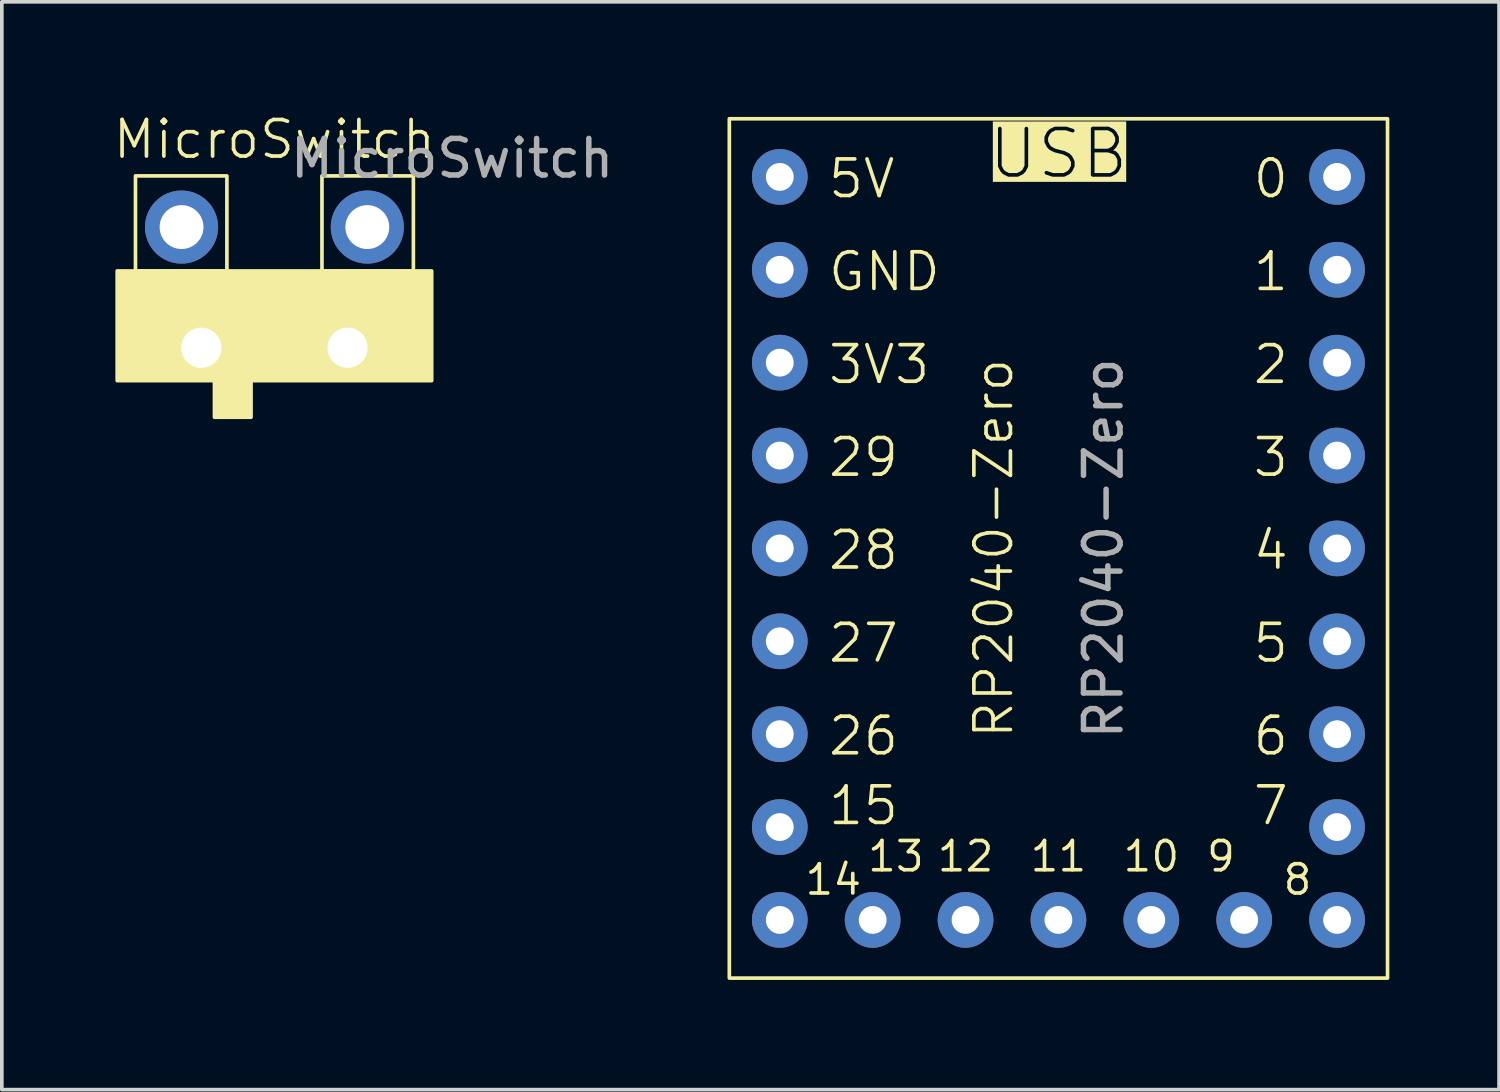
<source format=kicad_pcb>
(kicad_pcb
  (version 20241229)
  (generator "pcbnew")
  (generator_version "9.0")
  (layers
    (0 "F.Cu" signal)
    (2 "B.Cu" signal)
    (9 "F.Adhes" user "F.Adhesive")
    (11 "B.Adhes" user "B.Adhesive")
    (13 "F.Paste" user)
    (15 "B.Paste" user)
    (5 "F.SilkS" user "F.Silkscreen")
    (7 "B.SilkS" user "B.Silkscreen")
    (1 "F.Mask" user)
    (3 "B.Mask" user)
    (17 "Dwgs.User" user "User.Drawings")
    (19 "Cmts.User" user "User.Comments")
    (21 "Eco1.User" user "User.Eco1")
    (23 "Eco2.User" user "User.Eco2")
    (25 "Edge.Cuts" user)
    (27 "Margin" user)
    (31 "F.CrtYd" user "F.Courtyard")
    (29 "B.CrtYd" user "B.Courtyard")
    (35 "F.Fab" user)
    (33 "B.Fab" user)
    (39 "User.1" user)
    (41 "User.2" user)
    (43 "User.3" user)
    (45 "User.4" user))
  (footprint "MicroSwitch"
    (layer "F.Cu")
    (at 4.455 3.16)
    (property "Reference" "MicroSwitch" (at 0 -2.4 0) (unlocked yes) (layer "F.SilkS") (effects (font (size 1 1) (thickness 0.1))))
    (attr through_hole)
    (fp_rect (start -4.3 1.2) (end 4.3 4.2) (stroke (width 0.1) (type solid)) (fill yes) (layer "F.SilkS"))
    (fp_rect (start -3.8 -1.4) (end -1.3 1.2) (stroke (width 0.1) (type default)) (fill no) (layer "F.SilkS"))
    (fp_rect (start -1.64 4.2) (end -0.64 5.2) (stroke (width 0.1) (type solid)) (fill yes) (layer "F.SilkS"))
    (fp_rect (start 1.3 -1.4) (end 3.8 1.2) (stroke (width 0.1) (type default)) (fill no) (layer "F.SilkS"))
    (fp_text user "${REFERENCE}" (at 4.86 -1.88 0) (unlocked yes) (layer "F.Fab") (effects (font (size 1 1) (thickness 0.15))))
    (pad "" np_thru_hole circle (at -2 3.3) (size 1.1 1.1) (drill 1.1) (layers "*.Cu" "*.Mask"))
    (pad "" np_thru_hole circle (at 2 3.3) (size 1.1 1.1) (drill 1.1) (layers "*.Cu" "*.Mask"))
    (pad "1" thru_hole circle (at -2.54 0) (size 2 2) (drill 1.2) (layers "*.Cu" "*.Mask"))
    (pad "2" thru_hole circle (at 2.54 0) (size 2 2) (drill 1.2) (layers "*.Cu" "*.Mask")))
  (footprint "RP2040-Zero"
    (layer "F.Cu")
    (at 25.895 11.948)
    (property "Reference" "RP2040-Zero" (at -1.77 0 90) (unlocked yes) (layer "F.SilkS") (effects (font (size 1 1) (thickness 0.1))))
    (attr through_hole)
    (fp_rect (start -9 -11.75) (end 9 11.75) (stroke (width 0.1) (type default)) (fill no) (layer "F.SilkS"))
    (fp_text user "8" (at 6.985 9.525 0) (unlocked yes) (layer "F.SilkS") (effects (font (size 0.8 0.8) (thickness 0.1)) (justify right bottom)))
    (fp_text user "1" (at 6.35 -6.985 0) (unlocked yes) (layer "F.SilkS") (effects (font (size 1 1) (thickness 0.1)) (justify right bottom)))
    (fp_text user "26" (at -6.35 5.715 0) (unlocked yes) (layer "F.SilkS") (effects (font (size 1 1) (thickness 0.1)) (justify left bottom)))
    (fp_text user "29" (at -6.35 -1.905 0) (unlocked yes) (layer "F.SilkS") (effects (font (size 1 1) (thickness 0.1)) (justify left bottom)))
    (fp_text user "11" (at 0 8.89 0) (unlocked yes) (layer "F.SilkS") (effects (font (size 0.8 0.8) (thickness 0.1)) (justify bottom)))
    (fp_text user "9" (at 4.445 8.89 0) (unlocked yes) (layer "F.SilkS") (effects (font (size 0.8 0.8) (thickness 0.1)) (justify bottom)))
    (fp_text user "12" (at -2.54 8.89 0) (unlocked yes) (layer "F.SilkS") (effects (font (size 0.8 0.8) (thickness 0.1)) (justify bottom)))
    (fp_text user "28" (at -6.35 0.635 0) (unlocked yes) (layer "F.SilkS") (effects (font (size 1 1) (thickness 0.1)) (justify left bottom)))
    (fp_text user "0" (at 6.35 -9.525 0) (unlocked yes) (layer "F.SilkS") (effects (font (size 1 1) (thickness 0.1)) (justify right bottom)))
    (fp_text user "6" (at 6.35 5.715 0) (unlocked yes) (layer "F.SilkS") (effects (font (size 1 1) (thickness 0.1)) (justify right bottom)))
    (fp_text user "3" (at 6.35 -1.905 0) (unlocked yes) (layer "F.SilkS") (effects (font (size 1 1) (thickness 0.1)) (justify right bottom)))
    (fp_text user "27" (at -6.35 3.175 0) (unlocked yes) (layer "F.SilkS") (effects (font (size 1 1) (thickness 0.1)) (justify left bottom)))
    (fp_text user "5" (at 6.35 3.175 0) (unlocked yes) (layer "F.SilkS") (effects (font (size 1 1) (thickness 0.1)) (justify right bottom)))
    (fp_text user "2" (at 6.35 -4.445 0) (unlocked yes) (layer "F.SilkS") (effects (font (size 1 1) (thickness 0.1)) (justify right bottom)))
    (fp_text user "3V3" (at -6.35 -4.445 0) (unlocked yes) (layer "F.SilkS") (effects (font (size 1 1) (thickness 0.1)) (justify left bottom)))
    (fp_text user "10" (at 2.54 8.89 0) (unlocked yes) (layer "F.SilkS") (effects (font (size 0.8 0.8) (thickness 0.1)) (justify bottom)))
    (fp_text user "14" (at -6.985 9.525 0) (unlocked yes) (layer "F.SilkS") (effects (font (size 0.8 0.8) (thickness 0.1)) (justify left bottom)))
    (fp_text user "USB" (at 0 -11.54 0) (unlocked yes) (layer "F.SilkS" knockout) (effects (font (size 1.27 1.27) (thickness 0.1)) (justify top)))
    (fp_text user "7" (at 6.35 7.62 0) (unlocked yes) (layer "F.SilkS") (effects (font (size 1 1) (thickness 0.1)) (justify right bottom)))
    (fp_text user "15" (at -6.35 7.62 0) (unlocked yes) (layer "F.SilkS") (effects (font (size 1 1) (thickness 0.1)) (justify left bottom)))
    (fp_text user "4" (at 6.35 0.635 0) (unlocked yes) (layer "F.SilkS") (effects (font (size 1 1) (thickness 0.1)) (justify right bottom)))
    (fp_text user "GND" (at -6.35 -6.985 0) (unlocked yes) (layer "F.SilkS") (effects (font (size 1 1) (thickness 0.1)) (justify left bottom)))
    (fp_text user "5V" (at -6.35 -9.525 0) (unlocked yes) (layer "F.SilkS") (effects (font (size 1 1) (thickness 0.1)) (justify left bottom)))
    (fp_text user "13" (at -4.445 8.89 0) (unlocked yes) (layer "F.SilkS") (effects (font (size 0.8 0.8) (thickness 0.1)) (justify bottom)))
    (fp_text user "${REFERENCE}" (at 1.23 0 90) (unlocked yes) (layer "F.Fab") (effects (font (size 1 1) (thickness 0.15))))
    (pad "0" thru_hole circle (at 7.62 -10.16) (size 1.524 1.524) (drill 0.762) (layers "*.Cu" "*.Mask"))
    (pad "1" thru_hole circle (at 7.62 -7.62) (size 1.524 1.524) (drill 0.762) (layers "*.Cu" "*.Mask"))
    (pad "2" thru_hole circle (at 7.62 -5.08) (size 1.524 1.524) (drill 0.762) (layers "*.Cu" "*.Mask"))
    (pad "3" thru_hole circle (at 7.62 -2.54) (size 1.524 1.524) (drill 0.762) (layers "*.Cu" "*.Mask"))
    (pad "4" thru_hole circle (at 7.62 0) (size 1.524 1.524) (drill 0.762) (layers "*.Cu" "*.Mask"))
    (pad "5" thru_hole circle (at 7.62 2.54) (size 1.524 1.524) (drill 0.762) (layers "*.Cu" "*.Mask"))
    (pad "6" thru_hole circle (at 7.62 5.08) (size 1.524 1.524) (drill 0.762) (layers "*.Cu" "*.Mask"))
    (pad "7" thru_hole circle (at 7.62 7.62) (size 1.524 1.524) (drill 0.762) (layers "*.Cu" "*.Mask"))
    (pad "8" thru_hole circle (at 7.62 10.16) (size 1.524 1.524) (drill 0.762) (layers "*.Cu" "*.Mask"))
    (pad "9" thru_hole circle (at 5.08 10.16) (size 1.524 1.524) (drill 0.762) (layers "*.Cu" "*.Mask"))
    (pad "10" thru_hole circle (at 2.54 10.16) (size 1.524 1.524) (drill 0.762) (layers "*.Cu" "*.Mask"))
    (pad "11" thru_hole circle (at 0 10.16) (size 1.524 1.524) (drill 0.762) (layers "*.Cu" "*.Mask"))
    (pad "12" thru_hole circle (at -2.54 10.16) (size 1.524 1.524) (drill 0.762) (layers "*.Cu" "*.Mask"))
    (pad "13" thru_hole circle (at -5.08 10.16) (size 1.524 1.524) (drill 0.762) (layers "*.Cu" "*.Mask"))
    (pad "14" thru_hole circle (at -7.62 10.16) (size 1.524 1.524) (drill 0.762) (layers "*.Cu" "*.Mask"))
    (pad "15" thru_hole circle (at -7.62 7.62) (size 1.524 1.524) (drill 0.762) (layers "*.Cu" "*.Mask"))
    (pad "26" thru_hole circle (at -7.62 5.08) (size 1.524 1.524) (drill 0.762) (layers "*.Cu" "*.Mask"))
    (pad "27" thru_hole circle (at -7.62 2.54) (size 1.524 1.524) (drill 0.762) (layers "*.Cu" "*.Mask"))
    (pad "28" thru_hole circle (at -7.62 0) (size 1.524 1.524) (drill 0.762) (layers "*.Cu" "*.Mask"))
    (pad "29" thru_hole circle (at -7.62 -2.54) (size 1.524 1.524) (drill 0.762) (layers "*.Cu" "*.Mask"))
    (pad "30" thru_hole circle (at -7.62 -5.08) (size 1.524 1.524) (drill 0.762) (layers "*.Cu" "*.Mask"))
    (pad "31" thru_hole circle (at -7.62 -7.62) (size 1.524 1.524) (drill 0.762) (layers "*.Cu" "*.Mask"))
    (pad "32" thru_hole circle (at -7.62 -10.16) (size 1.524 1.524) (drill 0.762) (layers "*.Cu" "*.Mask")))
  (gr_rect
    (start -3 -3)
    (end 37.945 26.748)
    (stroke (width 0.1) (type default))
    (fill no)
    (layer "Edge.Cuts")))
</source>
